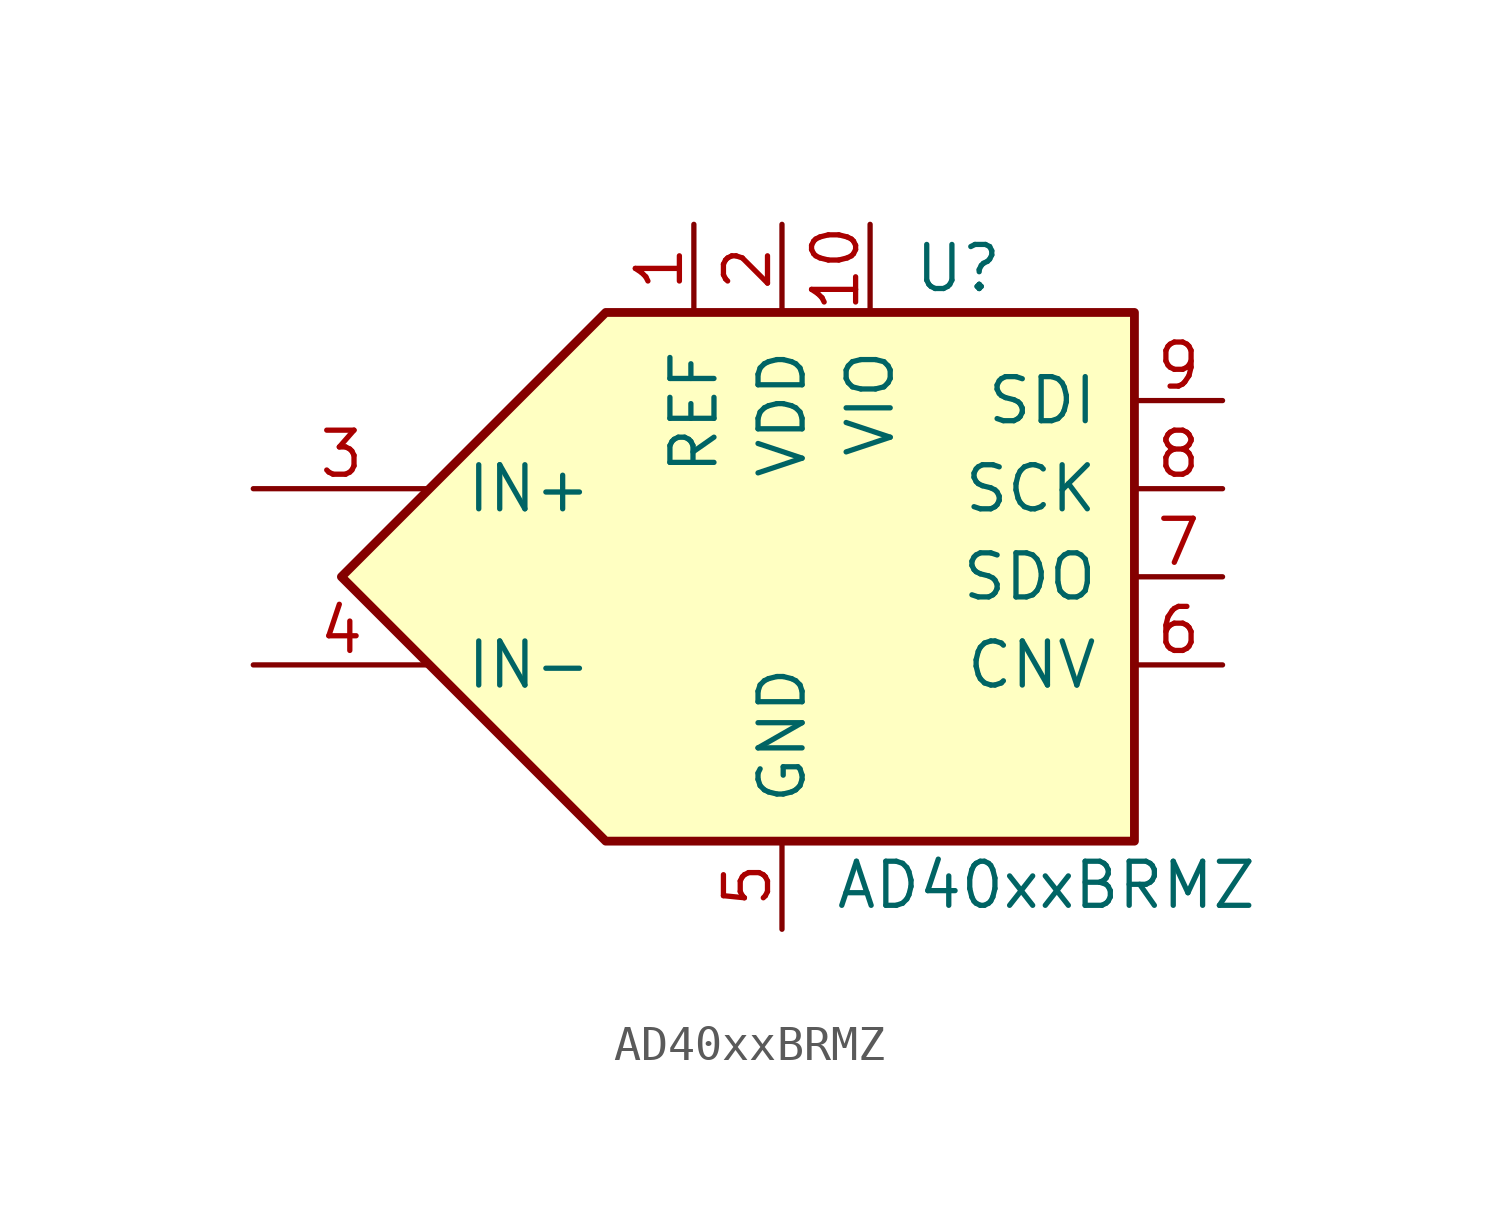
<source format=kicad_sym>
(kicad_symbol_lib
  (version 20231120)
  (generator "kicad_symbol_editor")
  (generator_version "8.0")
  (symbol "AD40xxBRMZ"
    (pin_names
      (offset 1.016))
    (property "Reference" "U"
      (at 5.08 8.89 0)
      (effects (font (size 1.27 1.27))))
    (property "Value" "AD40xxBRMZ"
      (at 7.62 -8.89 0)
      (effects (font (size 1.27 1.27))))
    (symbol "AD40xxBRMZ_1_1"
      (polyline (pts (xy -5.08 7.62) (xy -12.7 0) (xy -5.08 -7.62) (xy 10.16 -7.62) (xy 10.16 7.62) (xy -5.08 7.62)) (stroke (width 0.254) (type solid)) (fill (type background)))
      (pin input line (at -2.54 10.16 270) (length 2.54) (name "REF" (effects (font (size 1.27 1.27)))) (number "1" (effects (font (size 1.27 1.27)))))
      (pin power_in line (at 2.54 10.16 270) (length 2.54) (name "VIO" (effects (font (size 1.27 1.27)))) (number "10" (effects (font (size 1.27 1.27)))))
      (pin power_in line (at 0 10.16 270) (length 2.54) (name "VDD" (effects (font (size 1.27 1.27)))) (number "2" (effects (font (size 1.27 1.27)))))
      (pin input line (at -15.24 2.54 0) (length 5.08) (name "IN+" (effects (font (size 1.27 1.27)))) (number "3" (effects (font (size 1.27 1.27)))))
      (pin input line (at -15.24 -2.54 0) (length 5.08) (name "IN-" (effects (font (size 1.27 1.27)))) (number "4" (effects (font (size 1.27 1.27)))))
      (pin power_in line (at 0 -10.16 90) (length 2.54) (name "GND" (effects (font (size 1.27 1.27)))) (number "5" (effects (font (size 1.27 1.27)))))
      (pin input line (at 12.7 -2.54 180) (length 2.54) (name "CNV" (effects (font (size 1.27 1.27)))) (number "6" (effects (font (size 1.27 1.27)))))
      (pin output line (at 12.7 0 180) (length 2.54) (name "SDO" (effects (font (size 1.27 1.27)))) (number "7" (effects (font (size 1.27 1.27)))))
      (pin input line (at 12.7 2.54 180) (length 2.54) (name "SCK" (effects (font (size 1.27 1.27)))) (number "8" (effects (font (size 1.27 1.27)))))
      (pin input line (at 12.7 5.08 180) (length 2.54) (name "SDI" (effects (font (size 1.27 1.27)))) (number "9" (effects (font (size 1.27 1.27))))))))
</source>
